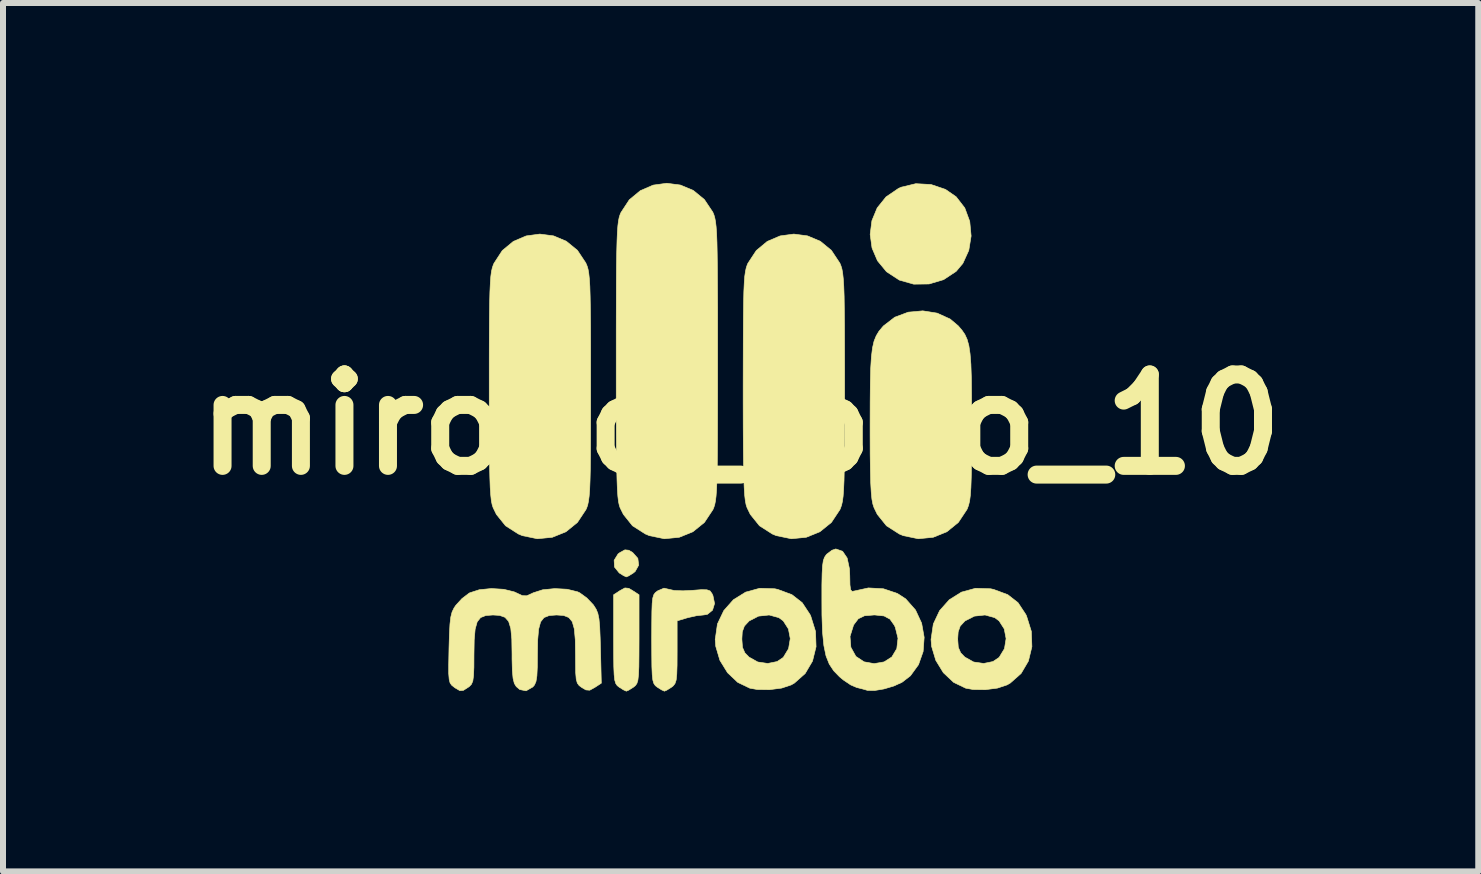
<source format=kicad_pcb>
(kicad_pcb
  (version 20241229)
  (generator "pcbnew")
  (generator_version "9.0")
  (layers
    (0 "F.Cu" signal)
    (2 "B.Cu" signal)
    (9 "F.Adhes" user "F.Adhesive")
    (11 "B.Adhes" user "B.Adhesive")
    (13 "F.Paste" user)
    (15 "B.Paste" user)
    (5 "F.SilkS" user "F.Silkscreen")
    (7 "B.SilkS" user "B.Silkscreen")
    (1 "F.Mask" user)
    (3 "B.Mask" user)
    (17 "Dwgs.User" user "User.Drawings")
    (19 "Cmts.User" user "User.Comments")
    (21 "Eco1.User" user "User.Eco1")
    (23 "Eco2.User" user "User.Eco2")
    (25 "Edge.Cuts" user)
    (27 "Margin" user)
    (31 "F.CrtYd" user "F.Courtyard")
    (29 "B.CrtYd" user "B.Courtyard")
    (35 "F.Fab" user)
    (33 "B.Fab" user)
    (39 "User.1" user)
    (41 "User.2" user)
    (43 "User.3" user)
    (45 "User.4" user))
  (footprint "mirobo_logo_10"
    (layer "F.Cu")
    (at 9.296 4.027)
    (property "Reference" "mirobo_logo_10" (at 0 0 180) (layer "F.SilkS") (effects (font (size 1.524 1.524) (thickness 0.3))))
    (attr through_hole)
    (fp_poly (pts (xy -1.863 2.096) (xy -1.799 2.134) (xy -1.713 2.231) (xy -1.699 2.344) (xy -1.757 2.449) (xy -1.787 2.474) (xy -1.865 2.523) (xy -1.905 2.54) (xy -1.953 2.518) (xy -2.023 2.474) (xy -2.102 2.376) (xy -2.108 2.263) (xy -2.043 2.158) (xy -2.011 2.134) (xy -1.928 2.089) (xy -1.863 2.096)) (stroke (width 0.01) (type solid)) (fill yes) (layer "F.SilkS"))
    (fp_poly (pts (xy 3.175 -4.001) (xy 3.415 -3.92) (xy 3.593 -3.797) (xy 3.737 -3.611) (xy 3.82 -3.386) (xy 3.843 -3.143) (xy 3.804 -2.903) (xy 3.705 -2.686) (xy 3.593 -2.553) (xy 3.384 -2.415) (xy 3.141 -2.343) (xy 2.886 -2.34) (xy 2.646 -2.408) (xy 2.433 -2.547) (xy 2.282 -2.73) (xy 2.191 -2.943) (xy 2.16 -3.17) (xy 2.189 -3.398) (xy 2.277 -3.611) (xy 2.425 -3.795) (xy 2.632 -3.936) (xy 2.677 -3.956) (xy 2.921 -4.015) (xy 3.175 -4.001)) (stroke (width 0.01) (type solid)) (fill yes) (layer "F.SilkS"))
    (fp_poly (pts (xy -1.863 2.731) (xy -1.799 2.769) (xy -1.693 2.838) (xy -1.693 3.576) (xy -1.694 3.842) (xy -1.696 4.037) (xy -1.702 4.172) (xy -1.712 4.262) (xy -1.729 4.317) (xy -1.754 4.352) (xy -1.787 4.379) (xy -1.865 4.428) (xy -1.905 4.445) (xy -1.953 4.423) (xy -2.023 4.379) (xy -2.057 4.352) (xy -2.081 4.317) (xy -2.098 4.261) (xy -2.108 4.171) (xy -2.114 4.034) (xy -2.116 3.839) (xy -2.117 3.576) (xy -2.117 2.838) (xy -2.011 2.769) (xy -1.928 2.724) (xy -1.863 2.731)) (stroke (width 0.01) (type solid)) (fill yes) (layer "F.SilkS"))
    (fp_poly (pts (xy -1.195 2.747) (xy -1.106 2.767) (xy -0.959 2.772) (xy -0.813 2.765) (xy -0.656 2.753) (xy -0.562 2.755) (xy -0.509 2.774) (xy -0.477 2.818) (xy -0.461 2.852) (xy -0.434 2.984) (xy -0.468 3.095) (xy -0.553 3.164) (xy -0.619 3.175) (xy -0.735 3.187) (xy -0.873 3.218) (xy -0.895 3.224) (xy -1.058 3.273) (xy -1.058 3.793) (xy -1.059 4.012) (xy -1.064 4.162) (xy -1.074 4.259) (xy -1.094 4.319) (xy -1.124 4.357) (xy -1.152 4.379) (xy -1.23 4.428) (xy -1.27 4.445) (xy -1.318 4.423) (xy -1.388 4.379) (xy -1.422 4.352) (xy -1.446 4.317) (xy -1.463 4.261) (xy -1.473 4.171) (xy -1.479 4.034) (xy -1.481 3.839) (xy -1.482 3.576) (xy -1.481 3.31) (xy -1.479 3.116) (xy -1.474 2.981) (xy -1.464 2.892) (xy -1.447 2.837) (xy -1.422 2.803) (xy -1.387 2.776) (xy -1.379 2.771) (xy -1.277 2.728) (xy -1.195 2.747)) (stroke (width 0.01) (type solid)) (fill yes) (layer "F.SilkS"))
    (fp_poly (pts (xy 0.571 2.738) (xy 0.623 2.75) (xy 0.855 2.836) (xy 1.027 2.97) (xy 1.157 3.167) (xy 1.169 3.192) (xy 1.249 3.449) (xy 1.258 3.704) (xy 1.199 3.943) (xy 1.077 4.15) (xy 0.897 4.31) (xy 0.843 4.341) (xy 0.683 4.394) (xy 0.481 4.42) (xy 0.277 4.417) (xy 0.153 4.395) (xy -0.048 4.298) (xy -0.218 4.137) (xy -0.345 3.931) (xy -0.414 3.698) (xy -0.423 3.582) (xy -0.422 3.577) (xy 0.021 3.577) (xy 0.031 3.714) (xy 0.071 3.806) (xy 0.14 3.877) (xy 0.287 3.959) (xy 0.453 3.983) (xy 0.61 3.951) (xy 0.712 3.882) (xy 0.8 3.736) (xy 0.828 3.569) (xy 0.797 3.407) (xy 0.711 3.273) (xy 0.637 3.219) (xy 0.475 3.175) (xy 0.299 3.194) (xy 0.147 3.272) (xy 0.14 3.277) (xy 0.063 3.36) (xy 0.028 3.456) (xy 0.021 3.577) (xy -0.422 3.577) (xy -0.386 3.325) (xy -0.28 3.102) (xy -0.12 2.921) (xy 0.084 2.794) (xy 0.318 2.73) (xy 0.571 2.738)) (stroke (width 0.01) (type solid)) (fill yes) (layer "F.SilkS"))
    (fp_poly (pts (xy 4.169 2.738) (xy 4.221 2.75) (xy 4.453 2.836) (xy 4.625 2.97) (xy 4.755 3.167) (xy 4.767 3.192) (xy 4.847 3.449) (xy 4.856 3.704) (xy 4.798 3.943) (xy 4.676 4.15) (xy 4.495 4.31) (xy 4.441 4.341) (xy 4.281 4.394) (xy 4.079 4.42) (xy 3.875 4.417) (xy 3.752 4.395) (xy 3.551 4.298) (xy 3.38 4.137) (xy 3.254 3.931) (xy 3.184 3.698) (xy 3.175 3.582) (xy 3.176 3.577) (xy 3.619 3.577) (xy 3.629 3.714) (xy 3.669 3.806) (xy 3.738 3.877) (xy 3.885 3.959) (xy 4.052 3.983) (xy 4.208 3.951) (xy 4.31 3.882) (xy 4.399 3.736) (xy 4.426 3.569) (xy 4.395 3.407) (xy 4.309 3.273) (xy 4.236 3.219) (xy 4.074 3.175) (xy 3.898 3.194) (xy 3.745 3.272) (xy 3.738 3.277) (xy 3.661 3.36) (xy 3.627 3.456) (xy 3.619 3.577) (xy 3.176 3.577) (xy 3.213 3.325) (xy 3.318 3.102) (xy 3.479 2.921) (xy 3.682 2.794) (xy 3.916 2.73) (xy 4.169 2.738)) (stroke (width 0.01) (type solid)) (fill yes) (layer "F.SilkS"))
    (fp_poly (pts (xy 3.277 -1.857) (xy 3.494 -1.758) (xy 3.628 -1.645) (xy 3.689 -1.574) (xy 3.738 -1.503) (xy 3.776 -1.42) (xy 3.805 -1.316) (xy 3.825 -1.181) (xy 3.839 -1.005) (xy 3.847 -0.778) (xy 3.85 -0.489) (xy 3.851 -0.129) (xy 3.851 0.009) (xy 3.851 0.371) (xy 3.849 0.659) (xy 3.845 0.883) (xy 3.839 1.053) (xy 3.83 1.18) (xy 3.818 1.273) (xy 3.801 1.344) (xy 3.78 1.402) (xy 3.772 1.418) (xy 3.63 1.632) (xy 3.438 1.788) (xy 3.21 1.88) (xy 2.962 1.904) (xy 2.711 1.852) (xy 2.646 1.825) (xy 2.432 1.688) (xy 2.279 1.498) (xy 2.225 1.387) (xy 2.205 1.327) (xy 2.189 1.244) (xy 2.178 1.13) (xy 2.169 0.973) (xy 2.164 0.766) (xy 2.16 0.496) (xy 2.159 0.156) (xy 2.159 0) (xy 2.16 -0.385) (xy 2.163 -0.695) (xy 2.169 -0.94) (xy 2.181 -1.131) (xy 2.199 -1.278) (xy 2.225 -1.391) (xy 2.261 -1.479) (xy 2.306 -1.554) (xy 2.364 -1.624) (xy 2.383 -1.645) (xy 2.57 -1.789) (xy 2.795 -1.873) (xy 3.037 -1.895) (xy 3.277 -1.857)) (stroke (width 0.01) (type solid)) (fill yes) (layer "F.SilkS"))
    (fp_poly (pts (xy -3.118 -3.145) (xy -2.905 -3.055) (xy -2.72 -2.904) (xy -2.58 -2.693) (xy -2.578 -2.688) (xy -2.559 -2.643) (xy -2.543 -2.589) (xy -2.531 -2.52) (xy -2.521 -2.427) (xy -2.513 -2.302) (xy -2.508 -2.137) (xy -2.504 -1.924) (xy -2.501 -1.655) (xy -2.5 -1.323) (xy -2.5 -0.919) (xy -2.5 -0.635) (xy -2.5 -0.183) (xy -2.501 0.192) (xy -2.502 0.498) (xy -2.505 0.744) (xy -2.51 0.937) (xy -2.516 1.085) (xy -2.525 1.197) (xy -2.536 1.279) (xy -2.549 1.342) (xy -2.566 1.391) (xy -2.578 1.418) (xy -2.72 1.632) (xy -2.912 1.788) (xy -3.14 1.88) (xy -3.388 1.904) (xy -3.639 1.852) (xy -3.704 1.825) (xy -3.918 1.688) (xy -4.071 1.498) (xy -4.125 1.387) (xy -4.141 1.339) (xy -4.155 1.272) (xy -4.165 1.178) (xy -4.174 1.051) (xy -4.18 0.882) (xy -4.185 0.664) (xy -4.188 0.389) (xy -4.189 0.049) (xy -4.19 -0.364) (xy -4.19 -0.644) (xy -4.19 -1.095) (xy -4.189 -1.469) (xy -4.187 -1.774) (xy -4.184 -2.019) (xy -4.179 -2.211) (xy -4.172 -2.358) (xy -4.164 -2.469) (xy -4.153 -2.552) (xy -4.139 -2.613) (xy -4.122 -2.663) (xy -4.111 -2.688) (xy -3.972 -2.901) (xy -3.788 -3.053) (xy -3.575 -3.144) (xy -3.347 -3.175) (xy -3.118 -3.145)) (stroke (width 0.01) (type solid)) (fill yes) (layer "F.SilkS"))
    (fp_poly (pts (xy 1.115 -3.145) (xy 1.329 -3.055) (xy 1.513 -2.904) (xy 1.653 -2.693) (xy 1.656 -2.688) (xy 1.674 -2.643) (xy 1.69 -2.589) (xy 1.702 -2.52) (xy 1.712 -2.427) (xy 1.72 -2.302) (xy 1.726 -2.137) (xy 1.729 -1.924) (xy 1.732 -1.655) (xy 1.733 -1.323) (xy 1.734 -0.919) (xy 1.734 -0.635) (xy 1.734 -0.183) (xy 1.733 0.192) (xy 1.731 0.498) (xy 1.728 0.744) (xy 1.724 0.937) (xy 1.717 1.085) (xy 1.709 1.197) (xy 1.698 1.279) (xy 1.684 1.342) (xy 1.667 1.391) (xy 1.656 1.418) (xy 1.514 1.632) (xy 1.321 1.788) (xy 1.093 1.88) (xy 0.846 1.904) (xy 0.594 1.852) (xy 0.529 1.825) (xy 0.315 1.688) (xy 0.162 1.498) (xy 0.108 1.387) (xy 0.092 1.339) (xy 0.079 1.272) (xy 0.068 1.178) (xy 0.06 1.051) (xy 0.053 0.882) (xy 0.049 0.664) (xy 0.046 0.389) (xy 0.044 0.049) (xy 0.043 -0.364) (xy 0.043 -0.644) (xy 0.044 -1.095) (xy 0.045 -1.469) (xy 0.047 -1.774) (xy 0.05 -2.019) (xy 0.054 -2.211) (xy 0.061 -2.358) (xy 0.069 -2.469) (xy 0.081 -2.552) (xy 0.094 -2.613) (xy 0.111 -2.663) (xy 0.122 -2.688) (xy 0.262 -2.901) (xy 0.445 -3.053) (xy 0.658 -3.144) (xy 0.887 -3.175) (xy 1.115 -3.145)) (stroke (width 0.01) (type solid)) (fill yes) (layer "F.SilkS"))
    (fp_poly (pts (xy -1.002 -3.992) (xy -0.788 -3.902) (xy -0.604 -3.751) (xy -0.463 -3.54) (xy -0.461 -3.535) (xy -0.444 -3.494) (xy -0.43 -3.445) (xy -0.418 -3.382) (xy -0.408 -3.297) (xy -0.4 -3.183) (xy -0.394 -3.034) (xy -0.39 -2.842) (xy -0.387 -2.6) (xy -0.385 -2.3) (xy -0.383 -1.937) (xy -0.383 -1.502) (xy -0.383 -1.058) (xy -0.383 -0.555) (xy -0.384 -0.13) (xy -0.385 0.225) (xy -0.387 0.517) (xy -0.39 0.752) (xy -0.395 0.939) (xy -0.401 1.083) (xy -0.409 1.193) (xy -0.419 1.274) (xy -0.431 1.335) (xy -0.446 1.382) (xy -0.461 1.418) (xy -0.603 1.632) (xy -0.796 1.788) (xy -1.024 1.88) (xy -1.271 1.904) (xy -1.522 1.852) (xy -1.587 1.825) (xy -1.802 1.688) (xy -1.954 1.498) (xy -2.009 1.387) (xy -2.023 1.343) (xy -2.036 1.282) (xy -2.046 1.196) (xy -2.054 1.079) (xy -2.06 0.924) (xy -2.065 0.724) (xy -2.069 0.472) (xy -2.071 0.162) (xy -2.073 -0.214) (xy -2.073 -0.663) (xy -2.073 -1.068) (xy -2.073 -1.57) (xy -2.072 -1.994) (xy -2.071 -2.348) (xy -2.069 -2.639) (xy -2.065 -2.874) (xy -2.06 -3.059) (xy -2.054 -3.203) (xy -2.046 -3.312) (xy -2.036 -3.393) (xy -2.024 -3.453) (xy -2.009 -3.5) (xy -1.994 -3.535) (xy -1.855 -3.747) (xy -1.671 -3.899) (xy -1.458 -3.991) (xy -1.23 -4.022) (xy -1.002 -3.992)) (stroke (width 0.01) (type solid)) (fill yes) (layer "F.SilkS"))
    (fp_poly (pts (xy 1.7 2.113) (xy 1.776 2.225) (xy 1.815 2.407) (xy 1.82 2.523) (xy 1.823 2.673) (xy 1.834 2.754) (xy 1.858 2.782) (xy 1.888 2.777) (xy 2.13 2.724) (xy 2.381 2.738) (xy 2.613 2.816) (xy 2.752 2.906) (xy 2.916 3.092) (xy 3.018 3.312) (xy 3.06 3.548) (xy 3.043 3.784) (xy 2.966 4.003) (xy 2.831 4.189) (xy 2.691 4.297) (xy 2.552 4.36) (xy 2.389 4.408) (xy 2.233 4.434) (xy 2.115 4.432) (xy 2.095 4.426) (xy 2.025 4.406) (xy 1.936 4.384) (xy 1.836 4.341) (xy 1.714 4.259) (xy 1.65 4.206) (xy 1.552 4.105) (xy 1.478 3.993) (xy 1.424 3.857) (xy 1.388 3.684) (xy 1.373 3.533) (xy 1.824 3.533) (xy 1.838 3.713) (xy 1.921 3.864) (xy 1.924 3.867) (xy 2.059 3.956) (xy 2.226 3.986) (xy 2.392 3.957) (xy 2.521 3.875) (xy 2.604 3.736) (xy 2.624 3.563) (xy 2.579 3.381) (xy 2.563 3.347) (xy 2.49 3.244) (xy 2.391 3.191) (xy 2.239 3.175) (xy 2.223 3.175) (xy 2.065 3.188) (xy 1.962 3.238) (xy 1.888 3.336) (xy 1.882 3.347) (xy 1.824 3.533) (xy 1.373 3.533) (xy 1.366 3.462) (xy 1.356 3.177) (xy 1.355 2.934) (xy 1.355 2.675) (xy 1.359 2.487) (xy 1.366 2.357) (xy 1.379 2.27) (xy 1.399 2.213) (xy 1.427 2.172) (xy 1.439 2.159) (xy 1.523 2.096) (xy 1.587 2.074) (xy 1.7 2.113)) (stroke (width 0.01) (type solid)) (fill yes) (layer "F.SilkS"))
    (fp_poly (pts (xy -3.948 2.747) (xy -3.773 2.79) (xy -3.736 2.807) (xy -3.638 2.853) (xy -3.566 2.855) (xy -3.473 2.814) (xy -3.461 2.807) (xy -3.3 2.755) (xy -3.098 2.735) (xy -2.892 2.746) (xy -2.717 2.789) (xy -2.681 2.806) (xy -2.564 2.891) (xy -2.457 3.003) (xy -2.448 3.016) (xy -2.408 3.079) (xy -2.38 3.148) (xy -2.361 3.239) (xy -2.349 3.369) (xy -2.341 3.556) (xy -2.336 3.733) (xy -2.322 4.312) (xy -2.431 4.383) (xy -2.515 4.429) (xy -2.579 4.424) (xy -2.646 4.385) (xy -2.692 4.351) (xy -2.722 4.31) (xy -2.74 4.245) (xy -2.749 4.139) (xy -2.751 3.975) (xy -2.752 3.84) (xy -2.756 3.587) (xy -2.772 3.407) (xy -2.806 3.287) (xy -2.864 3.217) (xy -2.95 3.183) (xy -3.069 3.175) (xy -3.19 3.184) (xy -3.277 3.218) (xy -3.334 3.29) (xy -3.367 3.412) (xy -3.383 3.594) (xy -3.387 3.834) (xy -3.389 4.046) (xy -3.396 4.191) (xy -3.411 4.284) (xy -3.436 4.342) (xy -3.464 4.375) (xy -3.576 4.439) (xy -3.681 4.418) (xy -3.74 4.368) (xy -3.772 4.315) (xy -3.793 4.231) (xy -3.805 4.101) (xy -3.81 3.908) (xy -3.81 3.827) (xy -3.814 3.577) (xy -3.831 3.399) (xy -3.867 3.282) (xy -3.927 3.214) (xy -4.017 3.182) (xy -4.128 3.175) (xy -4.248 3.184) (xy -4.334 3.218) (xy -4.391 3.289) (xy -4.425 3.41) (xy -4.441 3.591) (xy -4.445 3.838) (xy -4.446 4.046) (xy -4.452 4.186) (xy -4.464 4.275) (xy -4.487 4.33) (xy -4.522 4.367) (xy -4.539 4.379) (xy -4.622 4.432) (xy -4.681 4.436) (xy -4.758 4.391) (xy -4.777 4.377) (xy -4.816 4.346) (xy -4.843 4.308) (xy -4.858 4.248) (xy -4.866 4.151) (xy -4.866 4.002) (xy -4.862 3.787) (xy -4.861 3.731) (xy -4.854 3.495) (xy -4.845 3.326) (xy -4.831 3.209) (xy -4.81 3.126) (xy -4.778 3.06) (xy -4.749 3.016) (xy -4.646 2.903) (xy -4.528 2.813) (xy -4.516 2.806) (xy -4.356 2.754) (xy -4.155 2.734) (xy -3.948 2.747)) (stroke (width 0.01) (type solid)) (fill yes) (layer "F.SilkS")))
  (gr_rect
    (start -3 -3)
    (end 21.593 11.477)
    (stroke (width 0.1) (type default))
    (fill no)
    (layer "Edge.Cuts")))
</source>
